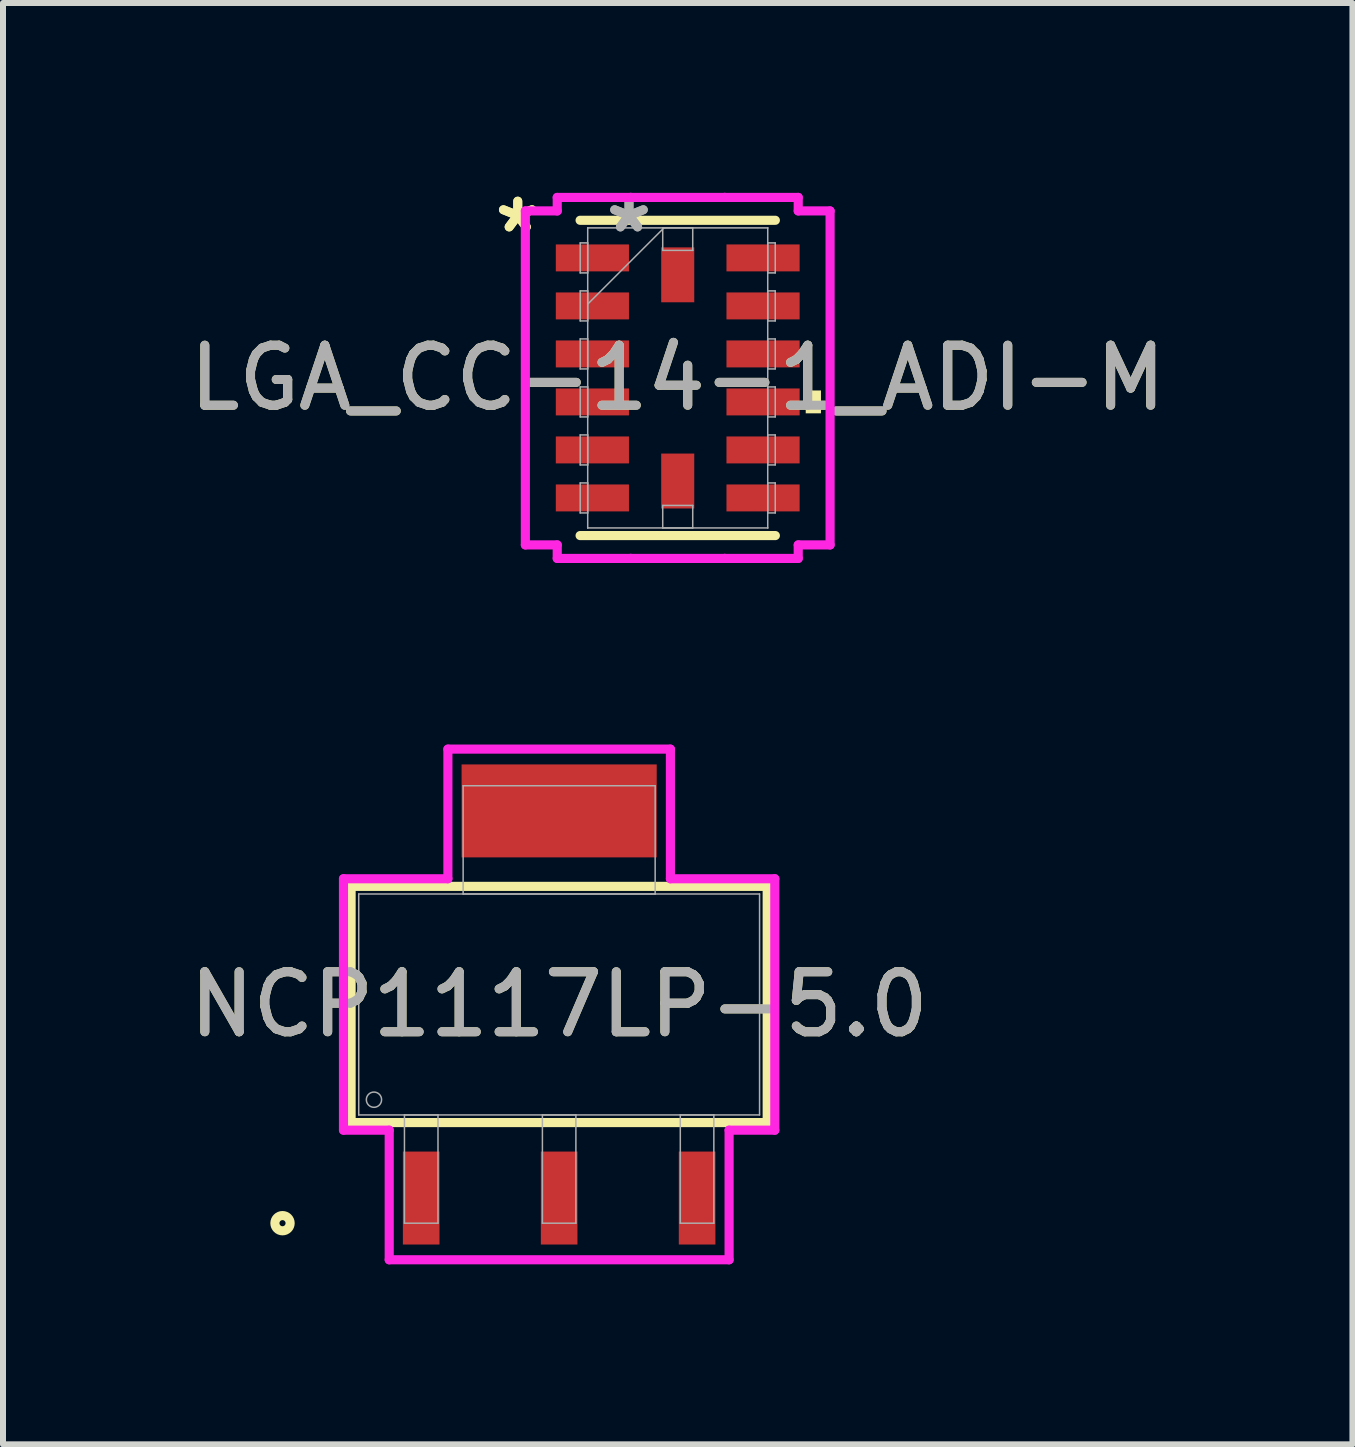
<source format=kicad_pcb>
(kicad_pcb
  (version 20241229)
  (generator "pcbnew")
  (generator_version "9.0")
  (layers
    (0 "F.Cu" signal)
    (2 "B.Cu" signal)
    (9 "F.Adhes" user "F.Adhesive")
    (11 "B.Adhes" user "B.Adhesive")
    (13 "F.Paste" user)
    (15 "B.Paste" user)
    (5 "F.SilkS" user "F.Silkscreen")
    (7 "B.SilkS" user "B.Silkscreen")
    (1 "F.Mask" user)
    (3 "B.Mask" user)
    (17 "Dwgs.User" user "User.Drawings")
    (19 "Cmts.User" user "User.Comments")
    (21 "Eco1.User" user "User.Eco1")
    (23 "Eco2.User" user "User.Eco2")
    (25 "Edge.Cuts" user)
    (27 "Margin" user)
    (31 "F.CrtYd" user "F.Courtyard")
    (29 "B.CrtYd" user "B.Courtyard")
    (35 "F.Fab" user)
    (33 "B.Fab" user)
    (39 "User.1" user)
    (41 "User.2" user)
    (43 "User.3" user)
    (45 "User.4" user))
  (footprint "NCP1117LP-5.0"
    (layer "F.Cu")
    (at 6.268 13.689)
    (property "Reference" "NCP1117LP-5.0" (at 0 0 0) (unlocked yes) (layer "F.SilkS") (effects (font (size 1 1) (thickness 0.15))))
    (attr smd)
    (fp_poly (pts (xy 1.626 -4) (xy -1.626 -4) (xy -1.626 -2.451) (xy 1.626 -2.451)) (stroke (width 0) (type solid)) (fill yes) (layer "F.Cu"))
    (fp_poly (pts (xy 1.651 -4.356) (xy -1.651 -4.356) (xy -1.651 -2.095) (xy 1.651 -2.095)) (stroke (width 0) (type solid)) (fill yes) (layer "F.Mask"))
    (fp_line (start -3.467 -1.968) (end -3.467 1.968) (stroke (width 0.152) (type solid)) (layer "F.SilkS"))
    (fp_line (start -3.467 1.968) (end 3.467 1.968) (stroke (width 0.152) (type solid)) (layer "F.SilkS"))
    (fp_line (start 3.467 -1.968) (end -3.467 -1.968) (stroke (width 0.152) (type solid)) (layer "F.SilkS"))
    (fp_line (start 3.467 1.968) (end 3.467 -1.968) (stroke (width 0.152) (type solid)) (layer "F.SilkS"))
    (fp_circle (center -4.61 3.645) (end -4.483 3.645) (stroke (width 0.152) (type solid)) (fill no) (layer "F.SilkS"))
    (fp_poly (pts (xy 1.626 -4) (xy -1.626 -4) (xy -1.626 -2.451) (xy 1.626 -2.451)) (stroke (width 0) (type solid)) (fill yes) (layer "F.Paste"))
    (fp_line (start -3.594 -2.095) (end -1.854 -2.095) (stroke (width 0.152) (type solid)) (layer "F.CrtYd"))
    (fp_line (start -3.594 2.095) (end -3.594 -2.095) (stroke (width 0.152) (type solid)) (layer "F.CrtYd"))
    (fp_line (start -2.832 2.095) (end -3.594 2.095) (stroke (width 0.152) (type solid)) (layer "F.CrtYd"))
    (fp_line (start -2.832 4.255) (end -2.832 2.095) (stroke (width 0.152) (type solid)) (layer "F.CrtYd"))
    (fp_line (start -1.854 -4.255) (end 1.854 -4.255) (stroke (width 0.152) (type solid)) (layer "F.CrtYd"))
    (fp_line (start -1.854 -2.095) (end -1.854 -4.255) (stroke (width 0.152) (type solid)) (layer "F.CrtYd"))
    (fp_line (start 1.854 -4.255) (end 1.854 -2.095) (stroke (width 0.152) (type solid)) (layer "F.CrtYd"))
    (fp_line (start 1.854 -2.095) (end 3.594 -2.095) (stroke (width 0.152) (type solid)) (layer "F.CrtYd"))
    (fp_line (start 2.832 2.095) (end 2.832 4.255) (stroke (width 0.152) (type solid)) (layer "F.CrtYd"))
    (fp_line (start 2.832 4.255) (end -2.832 4.255) (stroke (width 0.152) (type solid)) (layer "F.CrtYd"))
    (fp_line (start 3.594 -2.095) (end 3.594 2.095) (stroke (width 0.152) (type solid)) (layer "F.CrtYd"))
    (fp_line (start 3.594 2.095) (end 2.832 2.095) (stroke (width 0.152) (type solid)) (layer "F.CrtYd"))
    (fp_line (start -3.34 -1.841) (end -3.34 1.841) (stroke (width 0.025) (type solid)) (layer "F.Fab"))
    (fp_line (start -3.34 1.841) (end 3.34 1.841) (stroke (width 0.025) (type solid)) (layer "F.Fab"))
    (fp_line (start -2.578 1.841) (end -2.578 3.645) (stroke (width 0.025) (type solid)) (layer "F.Fab"))
    (fp_line (start -2.578 3.645) (end -2.019 3.645) (stroke (width 0.025) (type solid)) (layer "F.Fab"))
    (fp_line (start -2.019 1.841) (end -2.578 1.841) (stroke (width 0.025) (type solid)) (layer "F.Fab"))
    (fp_line (start -2.019 3.645) (end -2.019 1.841) (stroke (width 0.025) (type solid)) (layer "F.Fab"))
    (fp_line (start -1.6 -3.645) (end -1.6 -1.841) (stroke (width 0.025) (type solid)) (layer "F.Fab"))
    (fp_line (start -1.6 -1.841) (end 1.6 -1.841) (stroke (width 0.025) (type solid)) (layer "F.Fab"))
    (fp_line (start -0.279 1.841) (end -0.279 3.645) (stroke (width 0.025) (type solid)) (layer "F.Fab"))
    (fp_line (start -0.279 3.645) (end 0.279 3.645) (stroke (width 0.025) (type solid)) (layer "F.Fab"))
    (fp_line (start 0.279 1.841) (end -0.279 1.841) (stroke (width 0.025) (type solid)) (layer "F.Fab"))
    (fp_line (start 0.279 3.645) (end 0.279 1.841) (stroke (width 0.025) (type solid)) (layer "F.Fab"))
    (fp_line (start 1.6 -3.645) (end -1.6 -3.645) (stroke (width 0.025) (type solid)) (layer "F.Fab"))
    (fp_line (start 1.6 -1.841) (end 1.6 -3.645) (stroke (width 0.025) (type solid)) (layer "F.Fab"))
    (fp_line (start 2.019 1.841) (end 2.019 3.645) (stroke (width 0.025) (type solid)) (layer "F.Fab"))
    (fp_line (start 2.019 3.645) (end 2.578 3.645) (stroke (width 0.025) (type solid)) (layer "F.Fab"))
    (fp_line (start 2.578 1.841) (end 2.019 1.841) (stroke (width 0.025) (type solid)) (layer "F.Fab"))
    (fp_line (start 2.578 3.645) (end 2.578 1.841) (stroke (width 0.025) (type solid)) (layer "F.Fab"))
    (fp_line (start 3.34 -1.841) (end -3.34 -1.841) (stroke (width 0.025) (type solid)) (layer "F.Fab"))
    (fp_line (start 3.34 1.841) (end 3.34 -1.841) (stroke (width 0.025) (type solid)) (layer "F.Fab"))
    (fp_circle (center -3.086 1.587) (end -2.959 1.587) (stroke (width 0.025) (type solid)) (fill no) (layer "F.Fab"))
    (fp_text user "${REFERENCE}" (at 0 0 0) (unlocked yes) (layer "F.Fab") (effects (font (size 1 1) (thickness 0.15))))
    (pad "1" smd rect (at -2.299 3.226) (size 0.61 1.549) (layers "F.Cu" "F.Mask" "F.Paste"))
    (pad "2" smd rect (at 0 3.226) (size 0.61 1.549) (layers "F.Cu" "F.Mask" "F.Paste"))
    (pad "3" smd rect (at 2.299 3.226) (size 0.61 1.549) (layers "F.Cu" "F.Mask" "F.Paste")))
  (footprint "LGA_CC-14-1_ADI-M"
    (layer "F.Cu")
    (at 8.244 3.248)
    (property "Reference" "LGA_CC-14-1_ADI-M" (at 0 0 0) (unlocked yes) (layer "F.SilkS") (effects (font (size 1 1) (thickness 0.15))))
    (attr smd)
    (fp_line (start -1.627 2.627) (end 1.627 2.627) (stroke (width 0.152) (type solid)) (layer "F.SilkS"))
    (fp_line (start 1.627 -2.627) (end -1.627 -2.627) (stroke (width 0.152) (type solid)) (layer "F.SilkS"))
    (fp_poly (pts (xy 2.387 0.209) (xy 2.387 0.59) (xy 2.133 0.59) (xy 2.133 0.209)) (stroke (width 0) (type solid)) (fill yes) (layer "F.SilkS"))
    (fp_line (start -2.539 -2.783) (end -2.008 -2.783) (stroke (width 0.152) (type solid)) (layer "F.CrtYd"))
    (fp_line (start -2.539 2.783) (end -2.539 -2.783) (stroke (width 0.152) (type solid)) (layer "F.CrtYd"))
    (fp_line (start -2.008 -3.008) (end -0.783 -3.008) (stroke (width 0.152) (type solid)) (layer "F.CrtYd"))
    (fp_line (start -2.008 -2.783) (end -2.008 -3.008) (stroke (width 0.152) (type solid)) (layer "F.CrtYd"))
    (fp_line (start -2.008 2.783) (end -2.539 2.783) (stroke (width 0.152) (type solid)) (layer "F.CrtYd"))
    (fp_line (start -2.008 3.008) (end -2.008 2.783) (stroke (width 0.152) (type solid)) (layer "F.CrtYd"))
    (fp_line (start -0.783 -3.008) (end -0.783 -3.008) (stroke (width 0.152) (type solid)) (layer "F.CrtYd"))
    (fp_line (start -0.783 -3.008) (end 0.783 -3.008) (stroke (width 0.152) (type solid)) (layer "F.CrtYd"))
    (fp_line (start -0.783 3.008) (end -2.008 3.008) (stroke (width 0.152) (type solid)) (layer "F.CrtYd"))
    (fp_line (start -0.783 3.008) (end -0.783 3.008) (stroke (width 0.152) (type solid)) (layer "F.CrtYd"))
    (fp_line (start 0.783 -3.008) (end 0.783 -3.008) (stroke (width 0.152) (type solid)) (layer "F.CrtYd"))
    (fp_line (start 0.783 -3.008) (end 2.008 -3.008) (stroke (width 0.152) (type solid)) (layer "F.CrtYd"))
    (fp_line (start 0.783 3.008) (end -0.783 3.008) (stroke (width 0.152) (type solid)) (layer "F.CrtYd"))
    (fp_line (start 0.783 3.008) (end 0.783 3.008) (stroke (width 0.152) (type solid)) (layer "F.CrtYd"))
    (fp_line (start 2.008 -3.008) (end 2.008 -2.783) (stroke (width 0.152) (type solid)) (layer "F.CrtYd"))
    (fp_line (start 2.008 -2.783) (end 2.539 -2.783) (stroke (width 0.152) (type solid)) (layer "F.CrtYd"))
    (fp_line (start 2.008 2.783) (end 2.008 3.008) (stroke (width 0.152) (type solid)) (layer "F.CrtYd"))
    (fp_line (start 2.008 3.008) (end 0.783 3.008) (stroke (width 0.152) (type solid)) (layer "F.CrtYd"))
    (fp_line (start 2.539 -2.783) (end 2.539 2.783) (stroke (width 0.152) (type solid)) (layer "F.CrtYd"))
    (fp_line (start 2.539 2.783) (end 2.008 2.783) (stroke (width 0.152) (type solid)) (layer "F.CrtYd"))
    (fp_line (start -1.625 -2.25) (end -1.625 -1.75) (stroke (width 0.025) (type solid)) (layer "F.Fab"))
    (fp_line (start -1.625 -1.75) (end -1.5 -1.75) (stroke (width 0.025) (type solid)) (layer "F.Fab"))
    (fp_line (start -1.625 -1.45) (end -1.625 -0.95) (stroke (width 0.025) (type solid)) (layer "F.Fab"))
    (fp_line (start -1.625 -0.95) (end -1.5 -0.95) (stroke (width 0.025) (type solid)) (layer "F.Fab"))
    (fp_line (start -1.625 -0.65) (end -1.625 -0.15) (stroke (width 0.025) (type solid)) (layer "F.Fab"))
    (fp_line (start -1.625 -0.15) (end -1.5 -0.15) (stroke (width 0.025) (type solid)) (layer "F.Fab"))
    (fp_line (start -1.625 0.15) (end -1.625 0.65) (stroke (width 0.025) (type solid)) (layer "F.Fab"))
    (fp_line (start -1.625 0.65) (end -1.5 0.65) (stroke (width 0.025) (type solid)) (layer "F.Fab"))
    (fp_line (start -1.625 0.95) (end -1.625 1.45) (stroke (width 0.025) (type solid)) (layer "F.Fab"))
    (fp_line (start -1.625 1.45) (end -1.5 1.45) (stroke (width 0.025) (type solid)) (layer "F.Fab"))
    (fp_line (start -1.625 1.75) (end -1.625 2.25) (stroke (width 0.025) (type solid)) (layer "F.Fab"))
    (fp_line (start -1.625 2.25) (end -1.5 2.25) (stroke (width 0.025) (type solid)) (layer "F.Fab"))
    (fp_line (start -1.5 -2.5) (end -1.5 -2.5) (stroke (width 0.025) (type solid)) (layer "F.Fab"))
    (fp_line (start -1.5 -2.5) (end -1.5 2.5) (stroke (width 0.025) (type solid)) (layer "F.Fab"))
    (fp_line (start -1.5 -2.25) (end -1.625 -2.25) (stroke (width 0.025) (type solid)) (layer "F.Fab"))
    (fp_line (start -1.5 -1.75) (end -1.5 -2.25) (stroke (width 0.025) (type solid)) (layer "F.Fab"))
    (fp_line (start -1.5 -1.45) (end -1.625 -1.45) (stroke (width 0.025) (type solid)) (layer "F.Fab"))
    (fp_line (start -1.5 -1.23) (end -0.23 -2.5) (stroke (width 0.025) (type solid)) (layer "F.Fab"))
    (fp_line (start -1.5 -0.95) (end -1.5 -1.45) (stroke (width 0.025) (type solid)) (layer "F.Fab"))
    (fp_line (start -1.5 -0.65) (end -1.625 -0.65) (stroke (width 0.025) (type solid)) (layer "F.Fab"))
    (fp_line (start -1.5 -0.15) (end -1.5 -0.65) (stroke (width 0.025) (type solid)) (layer "F.Fab"))
    (fp_line (start -1.5 0.15) (end -1.625 0.15) (stroke (width 0.025) (type solid)) (layer "F.Fab"))
    (fp_line (start -1.5 0.65) (end -1.5 0.15) (stroke (width 0.025) (type solid)) (layer "F.Fab"))
    (fp_line (start -1.5 0.95) (end -1.625 0.95) (stroke (width 0.025) (type solid)) (layer "F.Fab"))
    (fp_line (start -1.5 1.45) (end -1.5 0.95) (stroke (width 0.025) (type solid)) (layer "F.Fab"))
    (fp_line (start -1.5 1.75) (end -1.625 1.75) (stroke (width 0.025) (type solid)) (layer "F.Fab"))
    (fp_line (start -1.5 2.25) (end -1.5 1.75) (stroke (width 0.025) (type solid)) (layer "F.Fab"))
    (fp_line (start -1.5 2.5) (end -1.5 2.5) (stroke (width 0.025) (type solid)) (layer "F.Fab"))
    (fp_line (start -1.5 2.5) (end 1.5 2.5) (stroke (width 0.025) (type solid)) (layer "F.Fab"))
    (fp_line (start -0.25 -2.5) (end 0.25 -2.5) (stroke (width 0.025) (type solid)) (layer "F.Fab"))
    (fp_line (start -0.25 -2.125) (end -0.25 -2.5) (stroke (width 0.025) (type solid)) (layer "F.Fab"))
    (fp_line (start -0.25 2.125) (end 0.25 2.125) (stroke (width 0.025) (type solid)) (layer "F.Fab"))
    (fp_line (start -0.25 2.5) (end -0.25 2.125) (stroke (width 0.025) (type solid)) (layer "F.Fab"))
    (fp_line (start 0.25 -2.5) (end 0.25 -2.125) (stroke (width 0.025) (type solid)) (layer "F.Fab"))
    (fp_line (start 0.25 -2.125) (end -0.25 -2.125) (stroke (width 0.025) (type solid)) (layer "F.Fab"))
    (fp_line (start 0.25 2.125) (end 0.25 2.5) (stroke (width 0.025) (type solid)) (layer "F.Fab"))
    (fp_line (start 0.25 2.5) (end -0.25 2.5) (stroke (width 0.025) (type solid)) (layer "F.Fab"))
    (fp_line (start 1.5 -2.5) (end -1.5 -2.5) (stroke (width 0.025) (type solid)) (layer "F.Fab"))
    (fp_line (start 1.5 -2.5) (end 1.5 -2.5) (stroke (width 0.025) (type solid)) (layer "F.Fab"))
    (fp_line (start 1.5 -2.25) (end 1.5 -1.75) (stroke (width 0.025) (type solid)) (layer "F.Fab"))
    (fp_line (start 1.5 -1.75) (end 1.625 -1.75) (stroke (width 0.025) (type solid)) (layer "F.Fab"))
    (fp_line (start 1.5 -1.45) (end 1.5 -0.95) (stroke (width 0.025) (type solid)) (layer "F.Fab"))
    (fp_line (start 1.5 -0.95) (end 1.625 -0.95) (stroke (width 0.025) (type solid)) (layer "F.Fab"))
    (fp_line (start 1.5 -0.65) (end 1.5 -0.15) (stroke (width 0.025) (type solid)) (layer "F.Fab"))
    (fp_line (start 1.5 -0.15) (end 1.625 -0.15) (stroke (width 0.025) (type solid)) (layer "F.Fab"))
    (fp_line (start 1.5 0.15) (end 1.5 0.65) (stroke (width 0.025) (type solid)) (layer "F.Fab"))
    (fp_line (start 1.5 0.65) (end 1.625 0.65) (stroke (width 0.025) (type solid)) (layer "F.Fab"))
    (fp_line (start 1.5 0.95) (end 1.5 1.45) (stroke (width 0.025) (type solid)) (layer "F.Fab"))
    (fp_line (start 1.5 1.45) (end 1.625 1.45) (stroke (width 0.025) (type solid)) (layer "F.Fab"))
    (fp_line (start 1.5 1.75) (end 1.5 2.25) (stroke (width 0.025) (type solid)) (layer "F.Fab"))
    (fp_line (start 1.5 2.25) (end 1.625 2.25) (stroke (width 0.025) (type solid)) (layer "F.Fab"))
    (fp_line (start 1.5 2.5) (end 1.5 -2.5) (stroke (width 0.025) (type solid)) (layer "F.Fab"))
    (fp_line (start 1.5 2.5) (end 1.5 2.5) (stroke (width 0.025) (type solid)) (layer "F.Fab"))
    (fp_line (start 1.625 -2.25) (end 1.5 -2.25) (stroke (width 0.025) (type solid)) (layer "F.Fab"))
    (fp_line (start 1.625 -1.75) (end 1.625 -2.25) (stroke (width 0.025) (type solid)) (layer "F.Fab"))
    (fp_line (start 1.625 -1.45) (end 1.5 -1.45) (stroke (width 0.025) (type solid)) (layer "F.Fab"))
    (fp_line (start 1.625 -0.95) (end 1.625 -1.45) (stroke (width 0.025) (type solid)) (layer "F.Fab"))
    (fp_line (start 1.625 -0.65) (end 1.5 -0.65) (stroke (width 0.025) (type solid)) (layer "F.Fab"))
    (fp_line (start 1.625 -0.15) (end 1.625 -0.65) (stroke (width 0.025) (type solid)) (layer "F.Fab"))
    (fp_line (start 1.625 0.15) (end 1.5 0.15) (stroke (width 0.025) (type solid)) (layer "F.Fab"))
    (fp_line (start 1.625 0.65) (end 1.625 0.15) (stroke (width 0.025) (type solid)) (layer "F.Fab"))
    (fp_line (start 1.625 0.95) (end 1.5 0.95) (stroke (width 0.025) (type solid)) (layer "F.Fab"))
    (fp_line (start 1.625 1.45) (end 1.625 0.95) (stroke (width 0.025) (type solid)) (layer "F.Fab"))
    (fp_line (start 1.625 1.75) (end 1.5 1.75) (stroke (width 0.025) (type solid)) (layer "F.Fab"))
    (fp_line (start 1.625 2.25) (end 1.625 1.75) (stroke (width 0.025) (type solid)) (layer "F.Fab"))
    (fp_text user "*" (at -2.666 -2.4 0) (layer "F.SilkS") (effects (font (size 1 1) (thickness 0.15))))
    (fp_text user "*" (at -2.666 -2.4 0) (unlocked yes) (layer "F.SilkS") (effects (font (size 1 1) (thickness 0.15))))
    (fp_text user "${REFERENCE}" (at 0 0 0) (unlocked yes) (layer "F.Fab") (effects (font (size 1 1) (thickness 0.15))))
    (fp_text user "*" (at -0.812 -2.4 0) (unlocked yes) (layer "F.Fab") (effects (font (size 1 1) (thickness 0.15))))
    (fp_text user "*" (at -0.812 -2.4 0) (layer "F.Fab") (effects (font (size 1 1) (thickness 0.15))))
    (pad "1" smd rect (at -1.422 -2 90) (size 0.449 1.219) (layers "F.Cu" "F.Mask" "F.Paste"))
    (pad "2" smd rect (at -1.422 -1.2 90) (size 0.449 1.219) (layers "F.Cu" "F.Mask" "F.Paste"))
    (pad "3" smd rect (at -1.422 -0.4 90) (size 0.449 1.219) (layers "F.Cu" "F.Mask" "F.Paste"))
    (pad "4" smd rect (at -1.422 0.4 90) (size 0.449 1.219) (layers "F.Cu" "F.Mask" "F.Paste"))
    (pad "5" smd rect (at -1.422 1.2 90) (size 0.449 1.219) (layers "F.Cu" "F.Mask" "F.Paste"))
    (pad "6" smd rect (at -1.422 2 90) (size 0.449 1.219) (layers "F.Cu" "F.Mask" "F.Paste"))
    (pad "7" smd rect (at 0 1.718) (size 0.551 0.915) (layers "F.Cu" "F.Mask" "F.Paste"))
    (pad "8" smd rect (at 1.422 2 90) (size 0.449 1.219) (layers "F.Cu" "F.Mask" "F.Paste"))
    (pad "9" smd rect (at 1.422 1.2 90) (size 0.449 1.219) (layers "F.Cu" "F.Mask" "F.Paste"))
    (pad "10" smd rect (at 1.422 0.4 90) (size 0.449 1.219) (layers "F.Cu" "F.Mask" "F.Paste"))
    (pad "11" smd rect (at 1.422 -0.4 90) (size 0.449 1.219) (layers "F.Cu" "F.Mask" "F.Paste"))
    (pad "12" smd rect (at 1.422 -1.2 90) (size 0.449 1.219) (layers "F.Cu" "F.Mask" "F.Paste"))
    (pad "13" smd rect (at 1.422 -2 90) (size 0.449 1.219) (layers "F.Cu" "F.Mask" "F.Paste"))
    (pad "14" smd rect (at 0 -1.718) (size 0.551 0.915) (layers "F.Cu" "F.Mask" "F.Paste")))
  (gr_rect
    (start -3 -3)
    (end 19.488 21.019)
    (stroke (width 0.1) (type default))
    (fill no)
    (layer "Edge.Cuts")))
</source>
